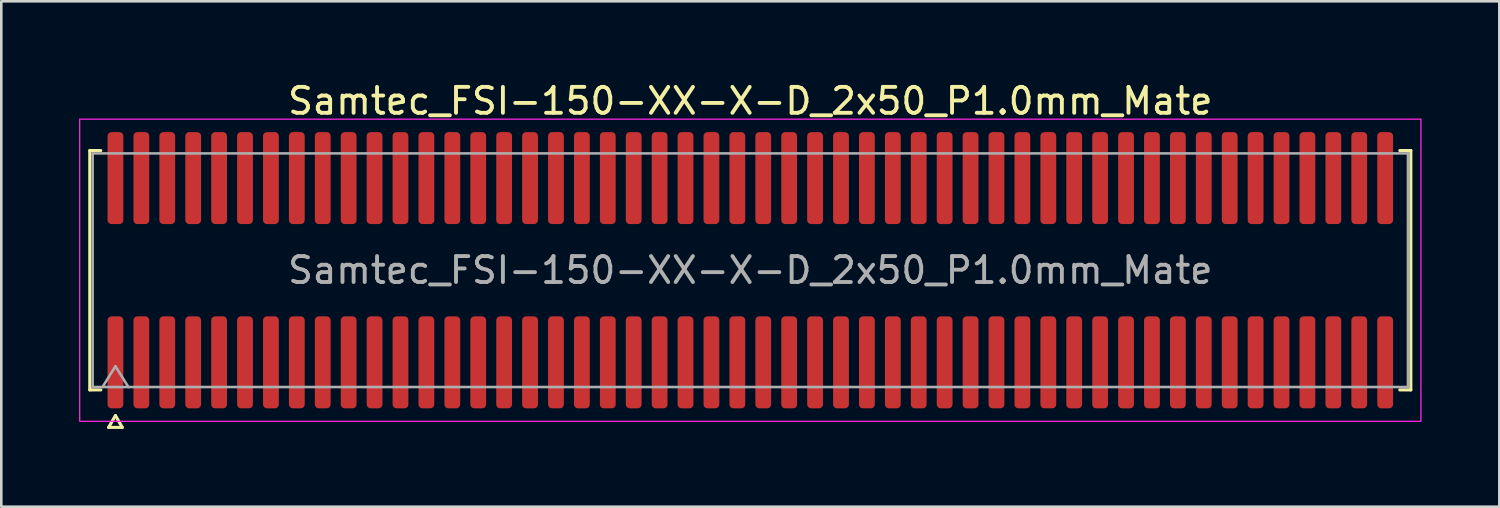
<source format=kicad_pcb>
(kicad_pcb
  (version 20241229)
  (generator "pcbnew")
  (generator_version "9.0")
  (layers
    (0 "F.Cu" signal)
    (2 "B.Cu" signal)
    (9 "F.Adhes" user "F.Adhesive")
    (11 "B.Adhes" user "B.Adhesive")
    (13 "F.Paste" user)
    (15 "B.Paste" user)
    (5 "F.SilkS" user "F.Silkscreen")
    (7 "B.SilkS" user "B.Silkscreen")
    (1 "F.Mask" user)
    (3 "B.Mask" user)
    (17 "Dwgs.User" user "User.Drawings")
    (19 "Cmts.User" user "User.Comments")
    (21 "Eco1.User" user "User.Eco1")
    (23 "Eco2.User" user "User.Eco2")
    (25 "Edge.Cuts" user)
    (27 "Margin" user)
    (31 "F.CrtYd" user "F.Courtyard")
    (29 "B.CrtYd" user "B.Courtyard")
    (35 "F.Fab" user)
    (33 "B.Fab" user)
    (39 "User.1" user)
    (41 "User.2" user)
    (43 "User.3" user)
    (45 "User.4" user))
  (footprint "Samtec_FSI-150-XX-X-D_2x50_P1.0mm_Mate"
    (layer "F.Cu")
    (at 25.905 7.378)
    (property "Reference" "Samtec_FSI-150-XX-X-D_2x50_P1.0mm_Mate" (at 0 -6.53 0) (layer "F.SilkS") (effects (font (size 1 1) (thickness 0.15))))
    (attr exclude_from_pos_files exclude_from_bom)
    (fp_line (start -25.49 -4.619) (end -25.065 -4.619) (stroke (width 0.12) (type solid)) (layer "F.SilkS"))
    (fp_line (start -25.49 4.619) (end -25.49 -4.619) (stroke (width 0.12) (type solid)) (layer "F.SilkS"))
    (fp_line (start -25.065 4.619) (end -25.49 4.619) (stroke (width 0.12) (type solid)) (layer "F.SilkS"))
    (fp_line (start -24.764 6.066) (end -24.5 5.609) (stroke (width 0.12) (type solid)) (layer "F.SilkS"))
    (fp_line (start -24.5 5.609) (end -24.236 6.066) (stroke (width 0.12) (type solid)) (layer "F.SilkS"))
    (fp_line (start -24.236 6.066) (end -24.764 6.066) (stroke (width 0.12) (type solid)) (layer "F.SilkS"))
    (fp_line (start 25.065 -4.619) (end 25.49 -4.619) (stroke (width 0.12) (type solid)) (layer "F.SilkS"))
    (fp_line (start 25.49 -4.619) (end 25.49 4.619) (stroke (width 0.12) (type solid)) (layer "F.SilkS"))
    (fp_line (start 25.49 4.619) (end 25.065 4.619) (stroke (width 0.12) (type solid)) (layer "F.SilkS"))
    (fp_rect (start -25.88 -5.83) (end 25.88 5.83) (stroke (width 0.05) (type solid)) (fill no) (layer "F.CrtYd"))
    (fp_line (start -25.38 -4.508) (end 25.38 -4.508) (stroke (width 0.1) (type solid)) (layer "F.Fab"))
    (fp_line (start -25.38 4.508) (end -25.38 -4.508) (stroke (width 0.1) (type solid)) (layer "F.Fab"))
    (fp_line (start -25 4.508) (end -24.5 3.708) (stroke (width 0.1) (type solid)) (layer "F.Fab"))
    (fp_line (start -24.5 3.708) (end -24 4.508) (stroke (width 0.1) (type solid)) (layer "F.Fab"))
    (fp_line (start 25.38 -4.508) (end 25.38 4.508) (stroke (width 0.1) (type solid)) (layer "F.Fab"))
    (fp_line (start 25.38 4.508) (end -25.38 4.508) (stroke (width 0.1) (type solid)) (layer "F.Fab"))
    (fp_text user "${REFERENCE}" (at 0 0 0) (layer "F.Fab") (effects (font (size 1 1) (thickness 0.15))))
    (pad "1" smd roundrect (at -24.5 3.555) (size 0.61 3.55) (layers "F.Cu" "F.Mask") (roundrect_rratio 0.25))
    (pad "2" smd roundrect (at -24.5 -3.555) (size 0.61 3.55) (layers "F.Cu" "F.Mask") (roundrect_rratio 0.25))
    (pad "3" smd roundrect (at -23.5 3.555) (size 0.61 3.55) (layers "F.Cu" "F.Mask") (roundrect_rratio 0.25))
    (pad "4" smd roundrect (at -23.5 -3.555) (size 0.61 3.55) (layers "F.Cu" "F.Mask") (roundrect_rratio 0.25))
    (pad "5" smd roundrect (at -22.5 3.555) (size 0.61 3.55) (layers "F.Cu" "F.Mask") (roundrect_rratio 0.25))
    (pad "6" smd roundrect (at -22.5 -3.555) (size 0.61 3.55) (layers "F.Cu" "F.Mask") (roundrect_rratio 0.25))
    (pad "7" smd roundrect (at -21.5 3.555) (size 0.61 3.55) (layers "F.Cu" "F.Mask") (roundrect_rratio 0.25))
    (pad "8" smd roundrect (at -21.5 -3.555) (size 0.61 3.55) (layers "F.Cu" "F.Mask") (roundrect_rratio 0.25))
    (pad "9" smd roundrect (at -20.5 3.555) (size 0.61 3.55) (layers "F.Cu" "F.Mask") (roundrect_rratio 0.25))
    (pad "10" smd roundrect (at -20.5 -3.555) (size 0.61 3.55) (layers "F.Cu" "F.Mask") (roundrect_rratio 0.25))
    (pad "11" smd roundrect (at -19.5 3.555) (size 0.61 3.55) (layers "F.Cu" "F.Mask") (roundrect_rratio 0.25))
    (pad "12" smd roundrect (at -19.5 -3.555) (size 0.61 3.55) (layers "F.Cu" "F.Mask") (roundrect_rratio 0.25))
    (pad "13" smd roundrect (at -18.5 3.555) (size 0.61 3.55) (layers "F.Cu" "F.Mask") (roundrect_rratio 0.25))
    (pad "14" smd roundrect (at -18.5 -3.555) (size 0.61 3.55) (layers "F.Cu" "F.Mask") (roundrect_rratio 0.25))
    (pad "15" smd roundrect (at -17.5 3.555) (size 0.61 3.55) (layers "F.Cu" "F.Mask") (roundrect_rratio 0.25))
    (pad "16" smd roundrect (at -17.5 -3.555) (size 0.61 3.55) (layers "F.Cu" "F.Mask") (roundrect_rratio 0.25))
    (pad "17" smd roundrect (at -16.5 3.555) (size 0.61 3.55) (layers "F.Cu" "F.Mask") (roundrect_rratio 0.25))
    (pad "18" smd roundrect (at -16.5 -3.555) (size 0.61 3.55) (layers "F.Cu" "F.Mask") (roundrect_rratio 0.25))
    (pad "19" smd roundrect (at -15.5 3.555) (size 0.61 3.55) (layers "F.Cu" "F.Mask") (roundrect_rratio 0.25))
    (pad "20" smd roundrect (at -15.5 -3.555) (size 0.61 3.55) (layers "F.Cu" "F.Mask") (roundrect_rratio 0.25))
    (pad "21" smd roundrect (at -14.5 3.555) (size 0.61 3.55) (layers "F.Cu" "F.Mask") (roundrect_rratio 0.25))
    (pad "22" smd roundrect (at -14.5 -3.555) (size 0.61 3.55) (layers "F.Cu" "F.Mask") (roundrect_rratio 0.25))
    (pad "23" smd roundrect (at -13.5 3.555) (size 0.61 3.55) (layers "F.Cu" "F.Mask") (roundrect_rratio 0.25))
    (pad "24" smd roundrect (at -13.5 -3.555) (size 0.61 3.55) (layers "F.Cu" "F.Mask") (roundrect_rratio 0.25))
    (pad "25" smd roundrect (at -12.5 3.555) (size 0.61 3.55) (layers "F.Cu" "F.Mask") (roundrect_rratio 0.25))
    (pad "26" smd roundrect (at -12.5 -3.555) (size 0.61 3.55) (layers "F.Cu" "F.Mask") (roundrect_rratio 0.25))
    (pad "27" smd roundrect (at -11.5 3.555) (size 0.61 3.55) (layers "F.Cu" "F.Mask") (roundrect_rratio 0.25))
    (pad "28" smd roundrect (at -11.5 -3.555) (size 0.61 3.55) (layers "F.Cu" "F.Mask") (roundrect_rratio 0.25))
    (pad "29" smd roundrect (at -10.5 3.555) (size 0.61 3.55) (layers "F.Cu" "F.Mask") (roundrect_rratio 0.25))
    (pad "30" smd roundrect (at -10.5 -3.555) (size 0.61 3.55) (layers "F.Cu" "F.Mask") (roundrect_rratio 0.25))
    (pad "31" smd roundrect (at -9.5 3.555) (size 0.61 3.55) (layers "F.Cu" "F.Mask") (roundrect_rratio 0.25))
    (pad "32" smd roundrect (at -9.5 -3.555) (size 0.61 3.55) (layers "F.Cu" "F.Mask") (roundrect_rratio 0.25))
    (pad "33" smd roundrect (at -8.5 3.555) (size 0.61 3.55) (layers "F.Cu" "F.Mask") (roundrect_rratio 0.25))
    (pad "34" smd roundrect (at -8.5 -3.555) (size 0.61 3.55) (layers "F.Cu" "F.Mask") (roundrect_rratio 0.25))
    (pad "35" smd roundrect (at -7.5 3.555) (size 0.61 3.55) (layers "F.Cu" "F.Mask") (roundrect_rratio 0.25))
    (pad "36" smd roundrect (at -7.5 -3.555) (size 0.61 3.55) (layers "F.Cu" "F.Mask") (roundrect_rratio 0.25))
    (pad "37" smd roundrect (at -6.5 3.555) (size 0.61 3.55) (layers "F.Cu" "F.Mask") (roundrect_rratio 0.25))
    (pad "38" smd roundrect (at -6.5 -3.555) (size 0.61 3.55) (layers "F.Cu" "F.Mask") (roundrect_rratio 0.25))
    (pad "39" smd roundrect (at -5.5 3.555) (size 0.61 3.55) (layers "F.Cu" "F.Mask") (roundrect_rratio 0.25))
    (pad "40" smd roundrect (at -5.5 -3.555) (size 0.61 3.55) (layers "F.Cu" "F.Mask") (roundrect_rratio 0.25))
    (pad "41" smd roundrect (at -4.5 3.555) (size 0.61 3.55) (layers "F.Cu" "F.Mask") (roundrect_rratio 0.25))
    (pad "42" smd roundrect (at -4.5 -3.555) (size 0.61 3.55) (layers "F.Cu" "F.Mask") (roundrect_rratio 0.25))
    (pad "43" smd roundrect (at -3.5 3.555) (size 0.61 3.55) (layers "F.Cu" "F.Mask") (roundrect_rratio 0.25))
    (pad "44" smd roundrect (at -3.5 -3.555) (size 0.61 3.55) (layers "F.Cu" "F.Mask") (roundrect_rratio 0.25))
    (pad "45" smd roundrect (at -2.5 3.555) (size 0.61 3.55) (layers "F.Cu" "F.Mask") (roundrect_rratio 0.25))
    (pad "46" smd roundrect (at -2.5 -3.555) (size 0.61 3.55) (layers "F.Cu" "F.Mask") (roundrect_rratio 0.25))
    (pad "47" smd roundrect (at -1.5 3.555) (size 0.61 3.55) (layers "F.Cu" "F.Mask") (roundrect_rratio 0.25))
    (pad "48" smd roundrect (at -1.5 -3.555) (size 0.61 3.55) (layers "F.Cu" "F.Mask") (roundrect_rratio 0.25))
    (pad "49" smd roundrect (at -0.5 3.555) (size 0.61 3.55) (layers "F.Cu" "F.Mask") (roundrect_rratio 0.25))
    (pad "50" smd roundrect (at -0.5 -3.555) (size 0.61 3.55) (layers "F.Cu" "F.Mask") (roundrect_rratio 0.25))
    (pad "51" smd roundrect (at 0.5 3.555) (size 0.61 3.55) (layers "F.Cu" "F.Mask") (roundrect_rratio 0.25))
    (pad "52" smd roundrect (at 0.5 -3.555) (size 0.61 3.55) (layers "F.Cu" "F.Mask") (roundrect_rratio 0.25))
    (pad "53" smd roundrect (at 1.5 3.555) (size 0.61 3.55) (layers "F.Cu" "F.Mask") (roundrect_rratio 0.25))
    (pad "54" smd roundrect (at 1.5 -3.555) (size 0.61 3.55) (layers "F.Cu" "F.Mask") (roundrect_rratio 0.25))
    (pad "55" smd roundrect (at 2.5 3.555) (size 0.61 3.55) (layers "F.Cu" "F.Mask") (roundrect_rratio 0.25))
    (pad "56" smd roundrect (at 2.5 -3.555) (size 0.61 3.55) (layers "F.Cu" "F.Mask") (roundrect_rratio 0.25))
    (pad "57" smd roundrect (at 3.5 3.555) (size 0.61 3.55) (layers "F.Cu" "F.Mask") (roundrect_rratio 0.25))
    (pad "58" smd roundrect (at 3.5 -3.555) (size 0.61 3.55) (layers "F.Cu" "F.Mask") (roundrect_rratio 0.25))
    (pad "59" smd roundrect (at 4.5 3.555) (size 0.61 3.55) (layers "F.Cu" "F.Mask") (roundrect_rratio 0.25))
    (pad "60" smd roundrect (at 4.5 -3.555) (size 0.61 3.55) (layers "F.Cu" "F.Mask") (roundrect_rratio 0.25))
    (pad "61" smd roundrect (at 5.5 3.555) (size 0.61 3.55) (layers "F.Cu" "F.Mask") (roundrect_rratio 0.25))
    (pad "62" smd roundrect (at 5.5 -3.555) (size 0.61 3.55) (layers "F.Cu" "F.Mask") (roundrect_rratio 0.25))
    (pad "63" smd roundrect (at 6.5 3.555) (size 0.61 3.55) (layers "F.Cu" "F.Mask") (roundrect_rratio 0.25))
    (pad "64" smd roundrect (at 6.5 -3.555) (size 0.61 3.55) (layers "F.Cu" "F.Mask") (roundrect_rratio 0.25))
    (pad "65" smd roundrect (at 7.5 3.555) (size 0.61 3.55) (layers "F.Cu" "F.Mask") (roundrect_rratio 0.25))
    (pad "66" smd roundrect (at 7.5 -3.555) (size 0.61 3.55) (layers "F.Cu" "F.Mask") (roundrect_rratio 0.25))
    (pad "67" smd roundrect (at 8.5 3.555) (size 0.61 3.55) (layers "F.Cu" "F.Mask") (roundrect_rratio 0.25))
    (pad "68" smd roundrect (at 8.5 -3.555) (size 0.61 3.55) (layers "F.Cu" "F.Mask") (roundrect_rratio 0.25))
    (pad "69" smd roundrect (at 9.5 3.555) (size 0.61 3.55) (layers "F.Cu" "F.Mask") (roundrect_rratio 0.25))
    (pad "70" smd roundrect (at 9.5 -3.555) (size 0.61 3.55) (layers "F.Cu" "F.Mask") (roundrect_rratio 0.25))
    (pad "71" smd roundrect (at 10.5 3.555) (size 0.61 3.55) (layers "F.Cu" "F.Mask") (roundrect_rratio 0.25))
    (pad "72" smd roundrect (at 10.5 -3.555) (size 0.61 3.55) (layers "F.Cu" "F.Mask") (roundrect_rratio 0.25))
    (pad "73" smd roundrect (at 11.5 3.555) (size 0.61 3.55) (layers "F.Cu" "F.Mask") (roundrect_rratio 0.25))
    (pad "74" smd roundrect (at 11.5 -3.555) (size 0.61 3.55) (layers "F.Cu" "F.Mask") (roundrect_rratio 0.25))
    (pad "75" smd roundrect (at 12.5 3.555) (size 0.61 3.55) (layers "F.Cu" "F.Mask") (roundrect_rratio 0.25))
    (pad "76" smd roundrect (at 12.5 -3.555) (size 0.61 3.55) (layers "F.Cu" "F.Mask") (roundrect_rratio 0.25))
    (pad "77" smd roundrect (at 13.5 3.555) (size 0.61 3.55) (layers "F.Cu" "F.Mask") (roundrect_rratio 0.25))
    (pad "78" smd roundrect (at 13.5 -3.555) (size 0.61 3.55) (layers "F.Cu" "F.Mask") (roundrect_rratio 0.25))
    (pad "79" smd roundrect (at 14.5 3.555) (size 0.61 3.55) (layers "F.Cu" "F.Mask") (roundrect_rratio 0.25))
    (pad "80" smd roundrect (at 14.5 -3.555) (size 0.61 3.55) (layers "F.Cu" "F.Mask") (roundrect_rratio 0.25))
    (pad "81" smd roundrect (at 15.5 3.555) (size 0.61 3.55) (layers "F.Cu" "F.Mask") (roundrect_rratio 0.25))
    (pad "82" smd roundrect (at 15.5 -3.555) (size 0.61 3.55) (layers "F.Cu" "F.Mask") (roundrect_rratio 0.25))
    (pad "83" smd roundrect (at 16.5 3.555) (size 0.61 3.55) (layers "F.Cu" "F.Mask") (roundrect_rratio 0.25))
    (pad "84" smd roundrect (at 16.5 -3.555) (size 0.61 3.55) (layers "F.Cu" "F.Mask") (roundrect_rratio 0.25))
    (pad "85" smd roundrect (at 17.5 3.555) (size 0.61 3.55) (layers "F.Cu" "F.Mask") (roundrect_rratio 0.25))
    (pad "86" smd roundrect (at 17.5 -3.555) (size 0.61 3.55) (layers "F.Cu" "F.Mask") (roundrect_rratio 0.25))
    (pad "87" smd roundrect (at 18.5 3.555) (size 0.61 3.55) (layers "F.Cu" "F.Mask") (roundrect_rratio 0.25))
    (pad "88" smd roundrect (at 18.5 -3.555) (size 0.61 3.55) (layers "F.Cu" "F.Mask") (roundrect_rratio 0.25))
    (pad "89" smd roundrect (at 19.5 3.555) (size 0.61 3.55) (layers "F.Cu" "F.Mask") (roundrect_rratio 0.25))
    (pad "90" smd roundrect (at 19.5 -3.555) (size 0.61 3.55) (layers "F.Cu" "F.Mask") (roundrect_rratio 0.25))
    (pad "91" smd roundrect (at 20.5 3.555) (size 0.61 3.55) (layers "F.Cu" "F.Mask") (roundrect_rratio 0.25))
    (pad "92" smd roundrect (at 20.5 -3.555) (size 0.61 3.55) (layers "F.Cu" "F.Mask") (roundrect_rratio 0.25))
    (pad "93" smd roundrect (at 21.5 3.555) (size 0.61 3.55) (layers "F.Cu" "F.Mask") (roundrect_rratio 0.25))
    (pad "94" smd roundrect (at 21.5 -3.555) (size 0.61 3.55) (layers "F.Cu" "F.Mask") (roundrect_rratio 0.25))
    (pad "95" smd roundrect (at 22.5 3.555) (size 0.61 3.55) (layers "F.Cu" "F.Mask") (roundrect_rratio 0.25))
    (pad "96" smd roundrect (at 22.5 -3.555) (size 0.61 3.55) (layers "F.Cu" "F.Mask") (roundrect_rratio 0.25))
    (pad "97" smd roundrect (at 23.5 3.555) (size 0.61 3.55) (layers "F.Cu" "F.Mask") (roundrect_rratio 0.25))
    (pad "98" smd roundrect (at 23.5 -3.555) (size 0.61 3.55) (layers "F.Cu" "F.Mask") (roundrect_rratio 0.25))
    (pad "99" smd roundrect (at 24.5 3.555) (size 0.61 3.55) (layers "F.Cu" "F.Mask") (roundrect_rratio 0.25))
    (pad "100" smd roundrect (at 24.5 -3.555) (size 0.61 3.55) (layers "F.Cu" "F.Mask") (roundrect_rratio 0.25)))
  (gr_rect
    (start -3 -3)
    (end 54.81 16.504)
    (stroke (width 0.1) (type default))
    (fill no)
    (layer "Edge.Cuts")))
</source>
